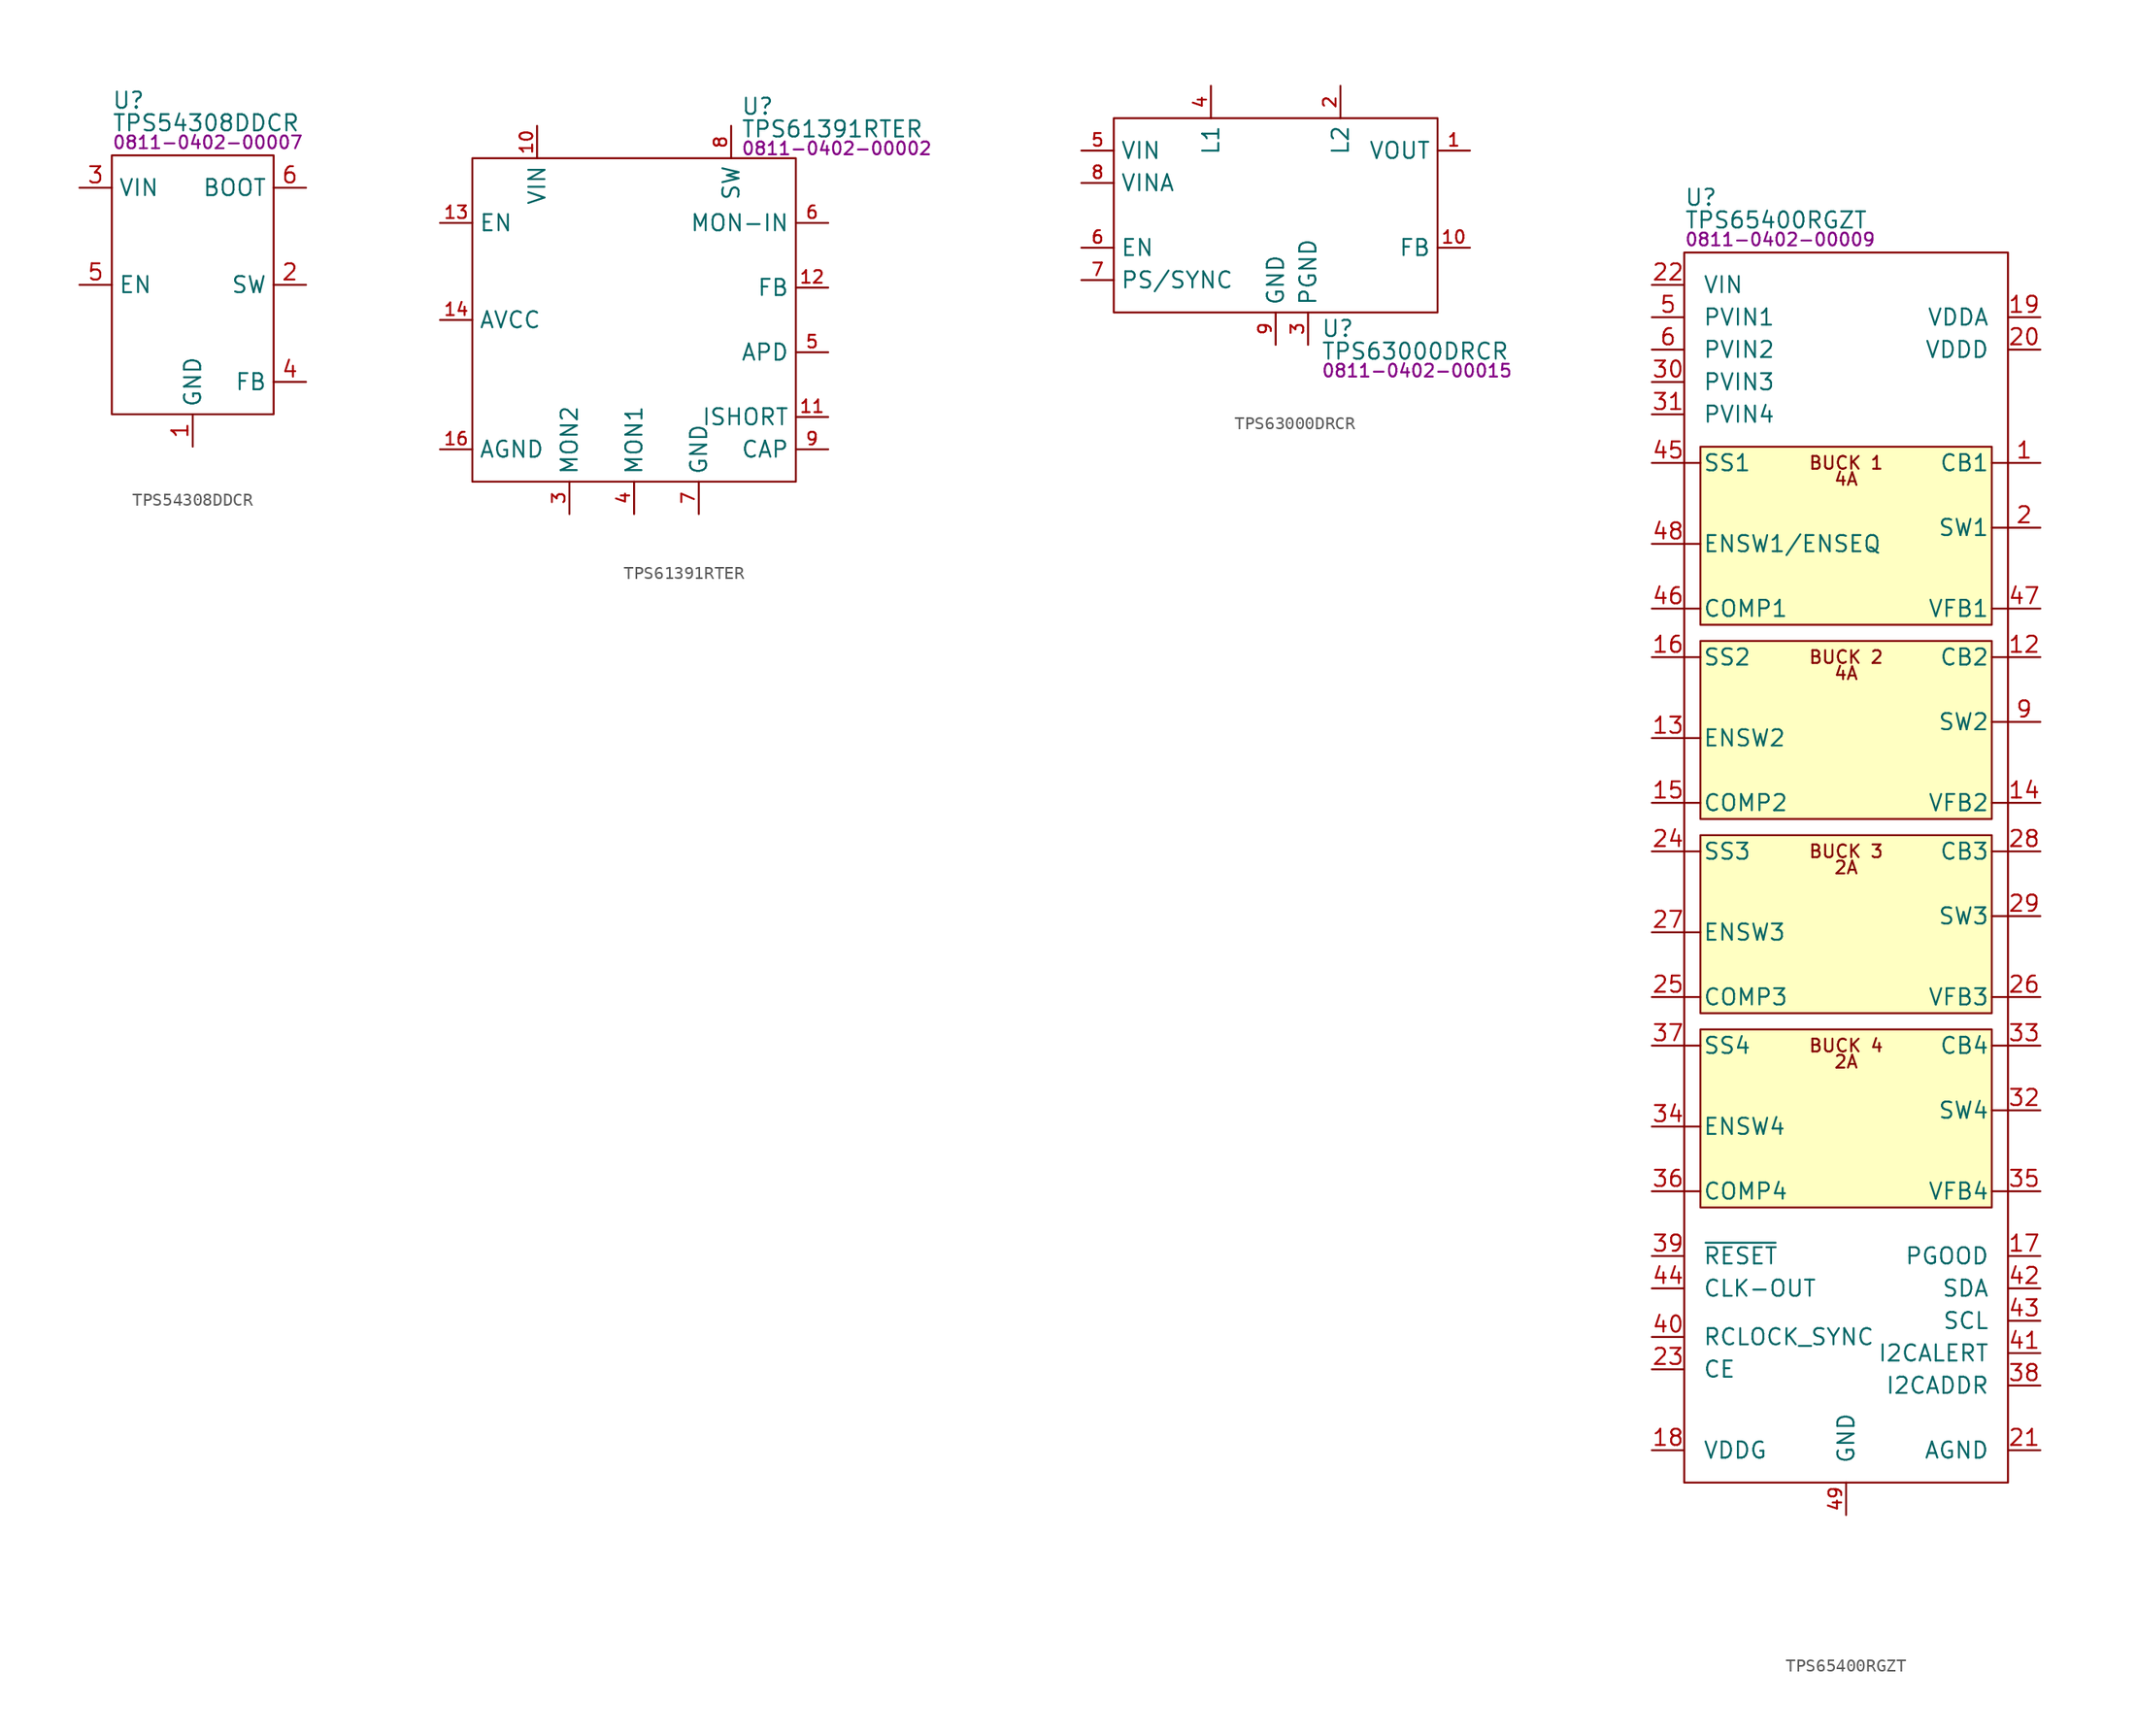
<source format=kicad_sym>
(kicad_symbol_lib
  (version 20231120)
  (generator "kicad_symbol_editor")
  (generator_version "8.0")
  (symbol "TPS54308DDCR"
    (property "Reference" "U"
      (at 0 4.318 0)
      (effects (font (size 1.27 1.27)) (justify left)))
    (property "Value" "TPS54308DDCR"
      (at 0 2.54 0)
      (effects (font (size 1.27 1.27)) (justify left)))
    (property "PartNumber" "0811-0402-00007"
      (at 0 1.016 0)
      (effects (font (size 1 1)) (justify left)))
    (symbol "TPS54308DDCR_0_0"
      (pin power_in line (at 6.35 -22.86 90) (length 2.54) (name "GND" (effects (font (size 1.27 1.27)))) (number "1" (effects (font (size 1.27 1.27)))))
      (pin power_out line (at 15.24 -10.16 180) (length 2.54) (name "SW" (effects (font (size 1.27 1.27)))) (number "2" (effects (font (size 1.27 1.27)))))
      (pin power_in line (at -2.54 -2.54 0) (length 2.54) (name "VIN" (effects (font (size 1.27 1.27)))) (number "3" (effects (font (size 1.27 1.27)))))
      (pin input line (at 15.24 -17.78 180) (length 2.54) (name "FB" (effects (font (size 1.27 1.27)))) (number "4" (effects (font (size 1.27 1.27)))))
      (pin input line (at -2.54 -10.16 0) (length 2.54) (name "EN" (effects (font (size 1.27 1.27)))) (number "5" (effects (font (size 1.27 1.27)))))
      (pin input line (at 15.24 -2.54 180) (length 2.54) (name "BOOT" (effects (font (size 1.27 1.27)))) (number "6" (effects (font (size 1.27 1.27))))))
    (symbol "TPS54308DDCR_0_1"
      (rectangle (start 0 0) (end 12.7 -20.32) (stroke (width 0) (type default)) (fill (type none)))))
  (symbol "TPS61391RTER"
    (property "Reference" "U"
      (at 21.082 4.064 0)
      (effects (font (size 1.27 1.27)) (justify left)))
    (property "Value" "TPS61391RTER"
      (at 21.082 2.286 0)
      (effects (font (size 1.27 1.27)) (justify left)))
    (property "PartNumber" "0811-0402-00002"
      (at 21.082 0.762 0)
      (effects (font (size 1 1)) (justify left)))
    (symbol "TPS61391RTER_0_0"
      (pin no_connect line (at 8.89 -10.16 0) (length 2.54) hide (name "NC" (effects (font (size 1.27 1.27)))) (number "1" (effects (font (size 0.991 0.991)))))
      (pin power_in line (at 5.08 2.54 270) (length 2.54) (name "VIN" (effects (font (size 1.27 1.27)))) (number "10" (effects (font (size 0.991 0.991)))))
      (pin input line (at 27.94 -20.32 180) (length 2.54) (name "ISHORT" (effects (font (size 1.27 1.27)))) (number "11" (effects (font (size 0.991 0.991)))))
      (pin input line (at 27.94 -10.16 180) (length 2.54) (name "FB" (effects (font (size 1.27 1.27)))) (number "12" (effects (font (size 0.991 0.991)))))
      (pin input line (at -2.54 -5.08 0) (length 2.54) (name "EN" (effects (font (size 1.27 1.27)))) (number "13" (effects (font (size 0.991 0.991)))))
      (pin power_in line (at -2.54 -12.7 0) (length 2.54) (name "AVCC" (effects (font (size 1.27 1.27)))) (number "14" (effects (font (size 0.991 0.991)))))
      (pin power_in line (at -2.54 -12.7 0) (length 2.54) hide (name "AVCC" (effects (font (size 1.27 1.27)))) (number "15" (effects (font (size 0.991 0.991)))))
      (pin power_in line (at -2.54 -22.86 0) (length 2.54) (name "AGND" (effects (font (size 1.27 1.27)))) (number "16" (effects (font (size 0.991 0.991)))))
      (pin power_in line (at 17.78 -27.94 90) (length 2.54) hide (name "GND" (effects (font (size 1.27 1.27)))) (number "17" (effects (font (size 0.991 0.991)))))
      (pin no_connect line (at 8.89 -12.7 0) (length 2.54) hide (name "NC" (effects (font (size 1.27 1.27)))) (number "2" (effects (font (size 0.991 0.991)))))
      (pin output line (at 7.62 -27.94 90) (length 2.54) (name "MON2" (effects (font (size 1.27 1.27)))) (number "3" (effects (font (size 0.991 0.991)))))
      (pin output line (at 12.7 -27.94 90) (length 2.54) (name "MON1" (effects (font (size 1.27 1.27)))) (number "4" (effects (font (size 0.991 0.991)))))
      (pin input line (at 27.94 -15.24 180) (length 2.54) (name "APD" (effects (font (size 1.27 1.27)))) (number "5" (effects (font (size 0.991 0.991)))))
      (pin input line (at 27.94 -5.08 180) (length 2.54) (name "MON-IN" (effects (font (size 1.27 1.27)))) (number "6" (effects (font (size 0.991 0.991)))))
      (pin power_in line (at 17.78 -27.94 90) (length 2.54) (name "GND" (effects (font (size 1.27 1.27)))) (number "7" (effects (font (size 0.991 0.991)))))
      (pin output line (at 20.32 2.54 270) (length 2.54) (name "SW" (effects (font (size 1.27 1.27)))) (number "8" (effects (font (size 0.991 0.991)))))
      (pin input line (at 27.94 -22.86 180) (length 2.54) (name "CAP" (effects (font (size 1.27 1.27)))) (number "9" (effects (font (size 0.991 0.991))))))
    (symbol "TPS61391RTER_0_1"
      (rectangle (start 0 0) (end 25.4 -25.4) (stroke (width 0) (type default)) (fill (type none)))))
  (symbol "TPS63000DRCR"
    (property "Reference" "U"
      (at 16.256 -16.51 0)
      (effects (font (size 1.27 1.27)) (justify left)))
    (property "Value" "TPS63000DRCR"
      (at 16.256 -18.288 0)
      (effects (font (size 1.27 1.27)) (justify left)))
    (property "PartNumber" "0811-0402-00015"
      (at 16.256 -19.812 0)
      (effects (font (size 1 1)) (justify left)))
    (symbol "TPS63000DRCR_0_0"
      (pin power_out line (at 27.94 -2.54 180) (length 2.54) (name "VOUT" (effects (font (size 1.27 1.27)))) (number "1" (effects (font (size 0.991 0.991)))))
      (pin input line (at 27.94 -10.16 180) (length 2.54) (name "FB" (effects (font (size 1.27 1.27)))) (number "10" (effects (font (size 0.991 0.991)))))
      (pin passive line (at 17.78 2.54 270) (length 2.54) (name "L2" (effects (font (size 1.27 1.27)))) (number "2" (effects (font (size 0.991 0.991)))))
      (pin power_in line (at 15.24 -17.78 90) (length 2.54) (name "PGND" (effects (font (size 1.27 1.27)))) (number "3" (effects (font (size 0.991 0.991)))))
      (pin passive line (at 7.62 2.54 270) (length 2.54) (name "L1" (effects (font (size 1.27 1.27)))) (number "4" (effects (font (size 0.991 0.991)))))
      (pin power_in line (at -2.54 -2.54 0) (length 2.54) (name "VIN" (effects (font (size 1.27 1.27)))) (number "5" (effects (font (size 0.991 0.991)))))
      (pin input line (at -2.54 -10.16 0) (length 2.54) (name "EN" (effects (font (size 1.27 1.27)))) (number "6" (effects (font (size 0.991 0.991)))))
      (pin input line (at -2.54 -12.7 0) (length 2.54) (name "PS/SYNC" (effects (font (size 1.27 1.27)))) (number "7" (effects (font (size 0.991 0.991)))))
      (pin power_in line (at -2.54 -5.08 0) (length 2.54) (name "VINA" (effects (font (size 1.27 1.27)))) (number "8" (effects (font (size 0.991 0.991)))))
      (pin power_in line (at 12.7 -17.78 90) (length 2.54) (name "GND" (effects (font (size 1.27 1.27)))) (number "9" (effects (font (size 0.991 0.991))))))
    (symbol "TPS63000DRCR_0_1"
      (rectangle (start 0 0) (end 25.4 -15.24) (stroke (width 0) (type default)) (fill (type none))))
    (symbol "TPS63000DRCR_1_0"
      (pin power_in line (at 15.24 -17.78 90) (length 2.54) hide (name "PGND" (effects (font (size 1.27 1.27)))) (number "11" (effects (font (size 0.991 0.991)))))))
  (symbol "TPS65400RGZT"
    (pin_names
      (offset 1.45))
    (property "Reference" "U"
      (at 0 4.318 0)
      (effects (font (size 1.27 1.27)) (justify left)))
    (property "Value" "TPS65400RGZT"
      (at 0 2.54 0)
      (effects (font (size 1.27 1.27)) (justify left)))
    (property "PartNumber" "0811-0402-00009"
      (at 0 1.016 0)
      (effects (font (size 1 1)) (justify left)))
    (symbol "TPS65400RGZT_0_0"
      (text "2A" (at 12.7 -63.5 0) (effects (font (size 1 1))))
      (text "2A" (at 12.7 -48.26 0) (effects (font (size 1 1))))
      (text "4A" (at 12.7 -33.02 0) (effects (font (size 1 1))))
      (text "4A" (at 12.7 -17.78 0) (effects (font (size 1 1))))
      (text "BUCK 1" (at 12.7 -16.51 0) (effects (font (size 1 1))))
      (text "BUCK 2" (at 12.7 -31.75 0) (effects (font (size 1 1))))
      (text "BUCK 3" (at 12.7 -46.99 0) (effects (font (size 1 1))))
      (text "BUCK 4" (at 12.7 -62.23 0) (effects (font (size 1 1))))
      (pin unspecified line (at 27.94 -16.51 180) (length 2.54) (name "CB1" (effects (font (size 1.27 1.27)))) (number "1" (effects (font (size 1.27 1.27)))))
      (pin unspecified line (at 27.94 -36.83 180) (length 2.54) hide (name "SW2" (effects (font (size 1.27 1.27)))) (number "10" (effects (font (size 1.27 1.27)))))
      (pin unspecified line (at 27.94 -36.83 180) (length 2.54) hide (name "SW2" (effects (font (size 1.27 1.27)))) (number "11" (effects (font (size 1.27 1.27)))))
      (pin unspecified line (at 27.94 -31.75 180) (length 2.54) (name "CB2" (effects (font (size 1.27 1.27)))) (number "12" (effects (font (size 1.27 1.27)))))
      (pin unspecified line (at -2.54 -38.1 0) (length 2.54) (name "ENSW2" (effects (font (size 1.27 1.27)))) (number "13" (effects (font (size 1.27 1.27)))))
      (pin unspecified line (at 27.94 -43.18 180) (length 2.54) (name "VFB2" (effects (font (size 1.27 1.27)))) (number "14" (effects (font (size 1.27 1.27)))))
      (pin unspecified line (at -2.54 -43.18 0) (length 2.54) (name "COMP2" (effects (font (size 1.27 1.27)))) (number "15" (effects (font (size 1.27 1.27)))))
      (pin input line (at -2.54 -31.75 0) (length 2.54) (name "SS2" (effects (font (size 1.27 1.27)))) (number "16" (effects (font (size 1.27 1.27)))) (alternate "PG2" output line) (alternate "SS2/PG2" bidirectional line))
      (pin unspecified line (at 27.94 -78.74 180) (length 2.54) (name "PGOOD" (effects (font (size 1.27 1.27)))) (number "17" (effects (font (size 1.27 1.27)))))
      (pin unspecified line (at -2.54 -93.98 0) (length 2.54) (name "VDDG" (effects (font (size 1.27 1.27)))) (number "18" (effects (font (size 1.27 1.27)))))
      (pin power_out line (at 27.94 -5.08 180) (length 2.54) (name "VDDA" (effects (font (size 1.27 1.27)))) (number "19" (effects (font (size 1.27 1.27)))))
      (pin unspecified line (at 27.94 -21.59 180) (length 2.54) (name "SW1" (effects (font (size 1.27 1.27)))) (number "2" (effects (font (size 1.27 1.27)))))
      (pin power_out line (at 27.94 -7.62 180) (length 2.54) (name "VDDD" (effects (font (size 1.27 1.27)))) (number "20" (effects (font (size 1.27 1.27)))))
      (pin power_in line (at 27.94 -93.98 180) (length 2.54) (name "AGND" (effects (font (size 1.27 1.27)))) (number "21" (effects (font (size 1.27 1.27)))))
      (pin unspecified line (at -2.54 -2.54 0) (length 2.54) (name "VIN" (effects (font (size 1.27 1.27)))) (number "22" (effects (font (size 1.27 1.27)))))
      (pin input line (at -2.54 -87.63 0) (length 2.54) (name "CE" (effects (font (size 1.27 1.27)))) (number "23" (effects (font (size 1.27 1.27)))))
      (pin input line (at -2.54 -46.99 0) (length 2.54) (name "SS3" (effects (font (size 1.27 1.27)))) (number "24" (effects (font (size 1.27 1.27)))) (alternate "PG3" output line) (alternate "SS3/PG3" bidirectional line))
      (pin unspecified line (at -2.54 -58.42 0) (length 2.54) (name "COMP3" (effects (font (size 1.27 1.27)))) (number "25" (effects (font (size 1.27 1.27)))))
      (pin unspecified line (at 27.94 -58.42 180) (length 2.54) (name "VFB3" (effects (font (size 1.27 1.27)))) (number "26" (effects (font (size 1.27 1.27)))))
      (pin unspecified line (at -2.54 -53.34 0) (length 2.54) (name "ENSW3" (effects (font (size 1.27 1.27)))) (number "27" (effects (font (size 1.27 1.27)))))
      (pin unspecified line (at 27.94 -46.99 180) (length 2.54) (name "CB3" (effects (font (size 1.27 1.27)))) (number "28" (effects (font (size 1.27 1.27)))))
      (pin unspecified line (at 27.94 -52.07 180) (length 2.54) (name "SW3" (effects (font (size 1.27 1.27)))) (number "29" (effects (font (size 1.27 1.27)))))
      (pin unspecified line (at 27.94 -21.59 180) (length 2.54) hide (name "SW1" (effects (font (size 1.27 1.27)))) (number "3" (effects (font (size 1.27 1.27)))))
      (pin unspecified line (at -2.54 -10.16 0) (length 2.54) (name "PVIN3" (effects (font (size 1.27 1.27)))) (number "30" (effects (font (size 1.27 1.27)))))
      (pin unspecified line (at -2.54 -12.7 0) (length 2.54) (name "PVIN4" (effects (font (size 1.27 1.27)))) (number "31" (effects (font (size 1.27 1.27)))))
      (pin unspecified line (at 27.94 -67.31 180) (length 2.54) (name "SW4" (effects (font (size 1.27 1.27)))) (number "32" (effects (font (size 1.27 1.27)))))
      (pin unspecified line (at 27.94 -62.23 180) (length 2.54) (name "CB4" (effects (font (size 1.27 1.27)))) (number "33" (effects (font (size 1.27 1.27)))))
      (pin unspecified line (at -2.54 -68.58 0) (length 2.54) (name "ENSW4" (effects (font (size 1.27 1.27)))) (number "34" (effects (font (size 1.27 1.27)))))
      (pin unspecified line (at 27.94 -73.66 180) (length 2.54) (name "VFB4" (effects (font (size 1.27 1.27)))) (number "35" (effects (font (size 1.27 1.27)))))
      (pin unspecified line (at -2.54 -73.66 0) (length 2.54) (name "COMP4" (effects (font (size 1.27 1.27)))) (number "36" (effects (font (size 1.27 1.27)))))
      (pin input line (at -2.54 -62.23 0) (length 2.54) (name "SS4" (effects (font (size 1.27 1.27)))) (number "37" (effects (font (size 1.27 1.27)))) (alternate "PG4" output line) (alternate "SS4/PG4" bidirectional line))
      (pin input line (at 27.94 -88.9 180) (length 2.54) (name "I2CADDR" (effects (font (size 1.27 1.27)))) (number "38" (effects (font (size 1.27 1.27)))))
      (pin unspecified line (at -2.54 -78.74 0) (length 2.54) (name "~{RESET}" (effects (font (size 1.27 1.27)))) (number "39" (effects (font (size 1.27 1.27)))))
      (pin unspecified line (at 27.94 -21.59 180) (length 2.54) hide (name "SW1" (effects (font (size 1.27 1.27)))) (number "4" (effects (font (size 1.27 1.27)))))
      (pin unspecified line (at -2.54 -85.09 0) (length 2.54) (name "RCLOCK_SYNC" (effects (font (size 1.27 1.27)))) (number "40" (effects (font (size 1.27 1.27)))))
      (pin output line (at 27.94 -86.36 180) (length 2.54) (name "I2CALERT" (effects (font (size 1.27 1.27)))) (number "41" (effects (font (size 1.27 1.27)))))
      (pin bidirectional line (at 27.94 -81.28 180) (length 2.54) (name "SDA" (effects (font (size 1.27 1.27)))) (number "42" (effects (font (size 1.27 1.27)))))
      (pin input line (at 27.94 -83.82 180) (length 2.54) (name "SCL" (effects (font (size 1.27 1.27)))) (number "43" (effects (font (size 1.27 1.27)))))
      (pin unspecified line (at -2.54 -81.28 0) (length 2.54) (name "CLK-OUT" (effects (font (size 1.27 1.27)))) (number "44" (effects (font (size 1.27 1.27)))))
      (pin input line (at -2.54 -16.51 0) (length 2.54) (name "SS1" (effects (font (size 1.27 1.27)))) (number "45" (effects (font (size 1.27 1.27)))) (alternate "PG1" output line) (alternate "SS1/PG1" bidirectional line))
      (pin unspecified line (at -2.54 -27.94 0) (length 2.54) (name "COMP1" (effects (font (size 1.27 1.27)))) (number "46" (effects (font (size 1.27 1.27)))))
      (pin unspecified line (at 27.94 -27.94 180) (length 2.54) (name "VFB1" (effects (font (size 1.27 1.27)))) (number "47" (effects (font (size 1.27 1.27)))))
      (pin unspecified line (at -2.54 -22.86 0) (length 2.54) (name "ENSW1/ENSEQ" (effects (font (size 1.27 1.27)))) (number "48" (effects (font (size 1.27 1.27)))))
      (pin power_in line (at 12.7 -99.06 90) (length 2.54) (name "GND" (effects (font (size 1.27 1.27)))) (number "49" (effects (font (size 1 1)))))
      (pin unspecified line (at -2.54 -5.08 0) (length 2.54) (name "PVIN1" (effects (font (size 1.27 1.27)))) (number "5" (effects (font (size 1.27 1.27)))))
      (pin unspecified line (at -2.54 -7.62 0) (length 2.54) (name "PVIN2" (effects (font (size 1.27 1.27)))) (number "6" (effects (font (size 1.27 1.27)))))
      (pin power_in line (at 12.7 -99.06 90) (length 2.54) hide (name "PGND" (effects (font (size 1.27 1.27)))) (number "7" (effects (font (size 1.27 1.27)))))
      (pin power_in line (at 12.7 -99.06 90) (length 2.54) hide (name "PGND" (effects (font (size 1.27 1.27)))) (number "8" (effects (font (size 1.27 1.27)))))
      (pin unspecified line (at 27.94 -36.83 180) (length 2.54) (name "SW2" (effects (font (size 1.27 1.27)))) (number "9" (effects (font (size 1.27 1.27))))))
    (symbol "TPS65400RGZT_0_1"
      (polyline (pts (xy 0 -73.66) (xy 1.27 -73.66)) (stroke (width 0) (type default)) (fill (type none)))
      (polyline (pts (xy 0 -68.58) (xy 1.27 -68.58)) (stroke (width 0) (type default)) (fill (type none)))
      (polyline (pts (xy 0 -62.23) (xy 1.27 -62.23)) (stroke (width 0) (type default)) (fill (type none)))
      (polyline (pts (xy 0 -58.42) (xy 1.27 -58.42)) (stroke (width 0) (type default)) (fill (type none)))
      (polyline (pts (xy 0 -53.34) (xy 1.27 -53.34)) (stroke (width 0) (type default)) (fill (type none)))
      (polyline (pts (xy 0 -46.99) (xy 1.27 -46.99)) (stroke (width 0) (type default)) (fill (type none)))
      (polyline (pts (xy 0 -43.18) (xy 1.27 -43.18)) (stroke (width 0) (type default)) (fill (type none)))
      (polyline (pts (xy 0 -38.1) (xy 1.27 -38.1)) (stroke (width 0) (type default)) (fill (type none)))
      (polyline (pts (xy 0 -31.75) (xy 1.27 -31.75)) (stroke (width 0) (type default)) (fill (type none)))
      (polyline (pts (xy 0 -27.94) (xy 1.27 -27.94)) (stroke (width 0) (type default)) (fill (type none)))
      (polyline (pts (xy 0 -22.86) (xy 1.27 -22.86)) (stroke (width 0) (type default)) (fill (type none)))
      (polyline (pts (xy 0 -16.51) (xy 1.27 -16.51)) (stroke (width 0) (type default)) (fill (type none)))
      (polyline (pts (xy 25.4 -73.66) (xy 24.13 -73.66)) (stroke (width 0) (type default)) (fill (type none)))
      (polyline (pts (xy 25.4 -67.31) (xy 24.13 -67.31)) (stroke (width 0) (type default)) (fill (type none)))
      (polyline (pts (xy 25.4 -62.23) (xy 24.13 -62.23)) (stroke (width 0) (type default)) (fill (type none)))
      (polyline (pts (xy 25.4 -58.42) (xy 24.13 -58.42)) (stroke (width 0) (type default)) (fill (type none)))
      (polyline (pts (xy 25.4 -52.07) (xy 24.13 -52.07)) (stroke (width 0) (type default)) (fill (type none)))
      (polyline (pts (xy 25.4 -46.99) (xy 24.13 -46.99)) (stroke (width 0) (type default)) (fill (type none)))
      (polyline (pts (xy 25.4 -43.18) (xy 24.13 -43.18)) (stroke (width 0) (type default)) (fill (type none)))
      (polyline (pts (xy 25.4 -36.83) (xy 24.13 -36.83)) (stroke (width 0) (type default)) (fill (type none)))
      (polyline (pts (xy 25.4 -31.75) (xy 24.13 -31.75)) (stroke (width 0) (type default)) (fill (type none)))
      (polyline (pts (xy 25.4 -27.94) (xy 24.13 -27.94)) (stroke (width 0) (type default)) (fill (type none)))
      (polyline (pts (xy 25.4 -21.59) (xy 24.13 -21.59)) (stroke (width 0) (type default)) (fill (type none)))
      (polyline (pts (xy 25.4 -16.51) (xy 24.13 -16.51)) (stroke (width 0) (type default)) (fill (type none)))
      (rectangle (start 0 0) (end 25.4 -96.52) (stroke (width 0) (type default)) (fill (type none)))
      (rectangle (start 1.27 -60.96) (end 24.13 -74.93) (stroke (width 0) (type default)) (fill (type background)))
      (rectangle (start 1.27 -45.72) (end 24.13 -59.69) (stroke (width 0) (type default)) (fill (type background)))
      (rectangle (start 1.27 -30.48) (end 24.13 -44.45) (stroke (width 0) (type default)) (fill (type background)))
      (rectangle (start 1.27 -15.24) (end 24.13 -29.21) (stroke (width 0) (type default)) (fill (type background))))))
</source>
